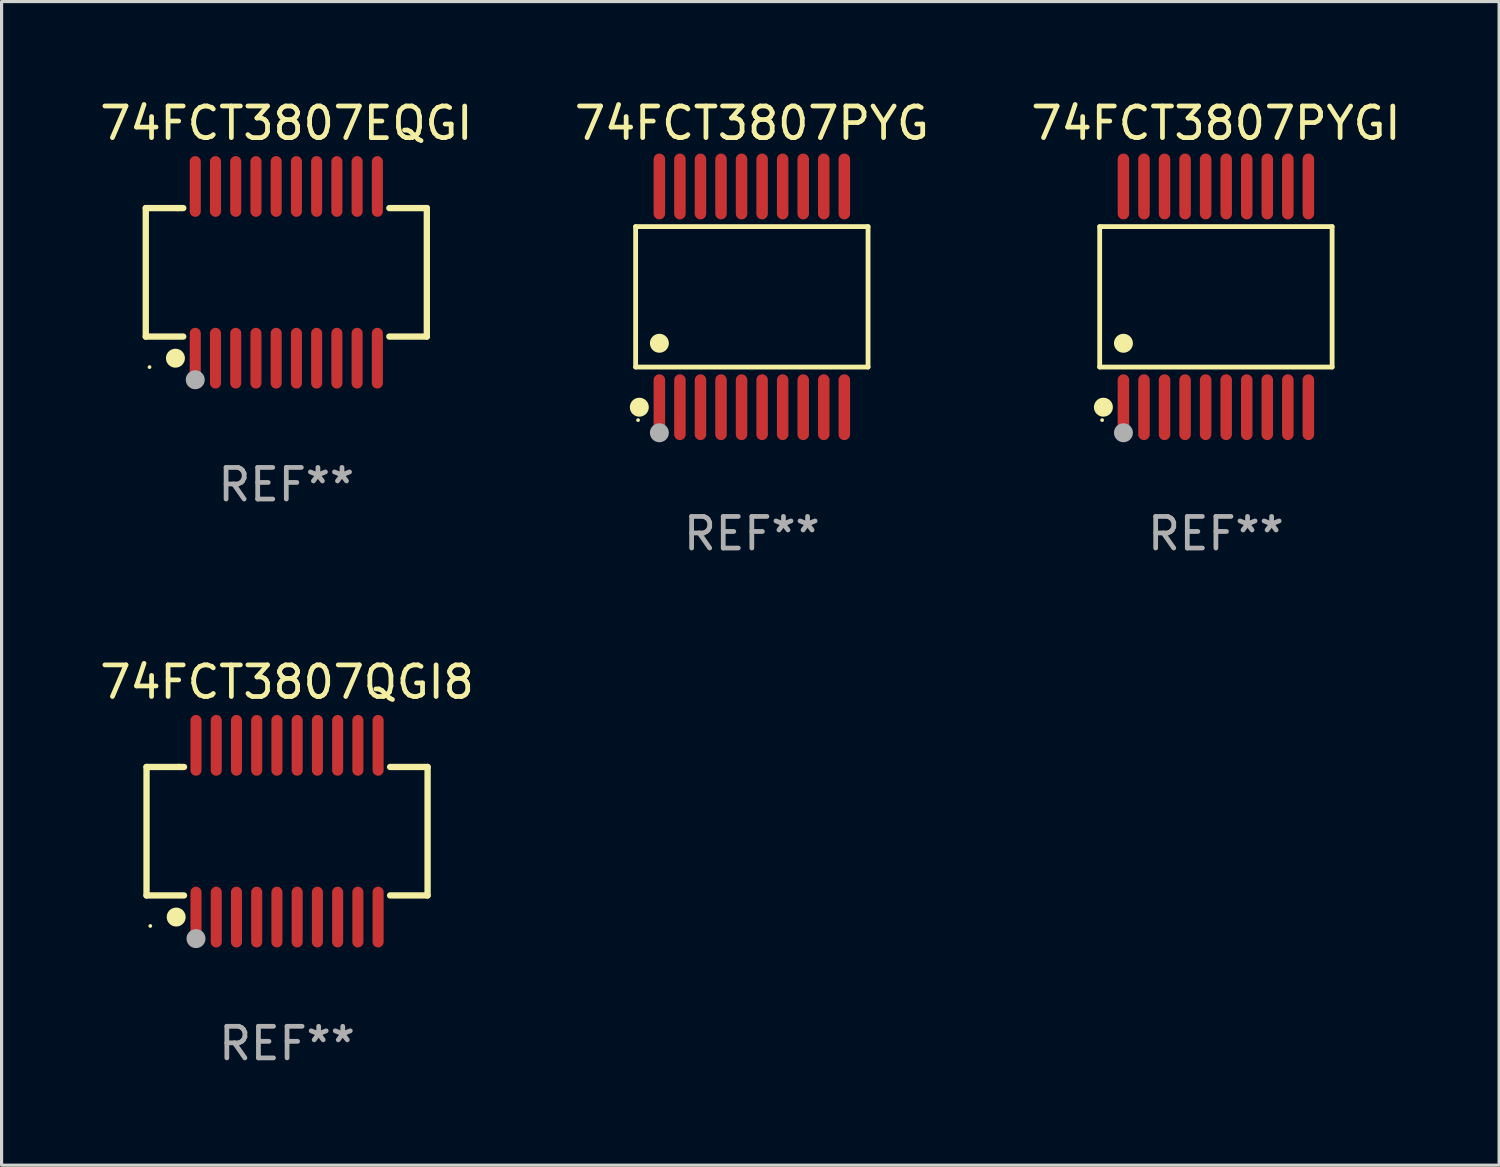
<source format=kicad_pcb>
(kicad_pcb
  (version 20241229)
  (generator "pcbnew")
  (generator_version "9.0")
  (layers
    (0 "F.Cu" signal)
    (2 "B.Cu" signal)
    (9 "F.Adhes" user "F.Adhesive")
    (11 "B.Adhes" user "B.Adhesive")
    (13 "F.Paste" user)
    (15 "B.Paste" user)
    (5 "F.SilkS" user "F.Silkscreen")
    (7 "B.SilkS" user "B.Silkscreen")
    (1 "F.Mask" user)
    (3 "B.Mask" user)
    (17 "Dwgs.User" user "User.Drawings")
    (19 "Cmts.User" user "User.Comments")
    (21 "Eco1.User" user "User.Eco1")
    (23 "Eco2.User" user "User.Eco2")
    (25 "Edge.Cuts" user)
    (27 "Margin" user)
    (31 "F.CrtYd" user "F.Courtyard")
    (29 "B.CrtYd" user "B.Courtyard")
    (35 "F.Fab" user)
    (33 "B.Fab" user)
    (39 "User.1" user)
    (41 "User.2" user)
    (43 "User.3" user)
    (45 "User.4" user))
  (footprint "74FCT3807QGI8"
    (layer "F.Cu")
    (at 6.03 23.242)
    (property "Reference" "74FCT3807QGI8" (at 0 -4.716 0) (layer "F.SilkS") (effects (font (size 1 1) (thickness 0.15))))
    (attr through_hole)
    (fp_line (start -4.445 -2.032) (end -4.445 2.032) (stroke (width 0.2) (type solid)) (layer "F.SilkS"))
    (fp_line (start -4.445 2.032) (end -3.259 2.032) (stroke (width 0.2) (type solid)) (layer "F.SilkS"))
    (fp_line (start -3.429 -2.032) (end -4.445 -2.032) (stroke (width 0.2) (type solid)) (layer "F.SilkS"))
    (fp_line (start -3.259 -2.032) (end -3.429 -2.032) (stroke (width 0.2) (type solid)) (layer "F.SilkS"))
    (fp_line (start 3.259 2.032) (end 4.445 2.032) (stroke (width 0.2) (type solid)) (layer "F.SilkS"))
    (fp_line (start 4.445 -2.032) (end 3.259 -2.032) (stroke (width 0.2) (type solid)) (layer "F.SilkS"))
    (fp_line (start 4.445 2.032) (end 4.445 -2.032) (stroke (width 0.2) (type solid)) (layer "F.SilkS"))
    (fp_circle (center -4.327 2.997) (end -4.297 2.997) (stroke (width 0.06) (type solid)) (fill no) (layer "F.SilkS"))
    (fp_circle (center -3.507 2.716) (end -3.357 2.716) (stroke (width 0.3) (type solid)) (fill no) (layer "F.SilkS"))
    (fp_circle (center -2.88 3.398) (end -2.73 3.398) (stroke (width 0.3) (type solid)) (fill no) (layer "F.Fab"))
    (fp_text user "REF**" (at 0 6.716 0) (layer "F.Fab") (effects (font (size 1 1) (thickness 0.15))))
    (pad "1" smd oval (at -2.88 2.716) (size 0.35 1.922) (layers "F.Cu" "F.Mask" "F.Paste"))
    (pad "2" smd oval (at -2.24 2.716) (size 0.35 1.922) (layers "F.Cu" "F.Mask" "F.Paste"))
    (pad "3" smd oval (at -1.6 2.716) (size 0.35 1.922) (layers "F.Cu" "F.Mask" "F.Paste"))
    (pad "4" smd oval (at -0.96 2.716) (size 0.35 1.922) (layers "F.Cu" "F.Mask" "F.Paste"))
    (pad "5" smd oval (at -0.32 2.716) (size 0.35 1.922) (layers "F.Cu" "F.Mask" "F.Paste"))
    (pad "6" smd oval (at 0.32 2.716) (size 0.35 1.922) (layers "F.Cu" "F.Mask" "F.Paste"))
    (pad "7" smd oval (at 0.96 2.716) (size 0.35 1.922) (layers "F.Cu" "F.Mask" "F.Paste"))
    (pad "8" smd oval (at 1.6 2.716) (size 0.35 1.922) (layers "F.Cu" "F.Mask" "F.Paste"))
    (pad "9" smd oval (at 2.24 2.716) (size 0.35 1.922) (layers "F.Cu" "F.Mask" "F.Paste"))
    (pad "10" smd oval (at 2.88 2.716) (size 0.35 1.922) (layers "F.Cu" "F.Mask" "F.Paste"))
    (pad "11" smd oval (at 2.88 -2.716) (size 0.35 1.922) (layers "F.Cu" "F.Mask" "F.Paste"))
    (pad "12" smd oval (at 2.24 -2.716) (size 0.35 1.922) (layers "F.Cu" "F.Mask" "F.Paste"))
    (pad "13" smd oval (at 1.6 -2.716) (size 0.35 1.922) (layers "F.Cu" "F.Mask" "F.Paste"))
    (pad "14" smd oval (at 0.96 -2.716) (size 0.35 1.922) (layers "F.Cu" "F.Mask" "F.Paste"))
    (pad "15" smd oval (at 0.32 -2.716) (size 0.35 1.922) (layers "F.Cu" "F.Mask" "F.Paste"))
    (pad "16" smd oval (at -0.32 -2.716) (size 0.35 1.922) (layers "F.Cu" "F.Mask" "F.Paste"))
    (pad "17" smd oval (at -0.96 -2.716) (size 0.35 1.922) (layers "F.Cu" "F.Mask" "F.Paste"))
    (pad "18" smd oval (at -1.6 -2.716) (size 0.35 1.922) (layers "F.Cu" "F.Mask" "F.Paste"))
    (pad "19" smd oval (at -2.24 -2.716) (size 0.35 1.922) (layers "F.Cu" "F.Mask" "F.Paste"))
    (pad "20" smd oval (at -2.88 -2.716) (size 0.35 1.922) (layers "F.Cu" "F.Mask" "F.Paste")))
  (footprint "74FCT3807EQGI"
    (layer "F.Cu")
    (at 6.006 5.564)
    (property "Reference" "74FCT3807EQGI" (at 0 -4.716 0) (layer "F.SilkS") (effects (font (size 1 1) (thickness 0.15))))
    (attr through_hole)
    (fp_line (start -4.445 -2.032) (end -4.445 2.032) (stroke (width 0.2) (type solid)) (layer "F.SilkS"))
    (fp_line (start -4.445 2.032) (end -3.259 2.032) (stroke (width 0.2) (type solid)) (layer "F.SilkS"))
    (fp_line (start -3.429 -2.032) (end -4.445 -2.032) (stroke (width 0.2) (type solid)) (layer "F.SilkS"))
    (fp_line (start -3.259 -2.032) (end -3.429 -2.032) (stroke (width 0.2) (type solid)) (layer "F.SilkS"))
    (fp_line (start 3.259 2.032) (end 4.445 2.032) (stroke (width 0.2) (type solid)) (layer "F.SilkS"))
    (fp_line (start 4.445 -2.032) (end 3.259 -2.032) (stroke (width 0.2) (type solid)) (layer "F.SilkS"))
    (fp_line (start 4.445 2.032) (end 4.445 -2.032) (stroke (width 0.2) (type solid)) (layer "F.SilkS"))
    (fp_circle (center -4.327 2.997) (end -4.297 2.997) (stroke (width 0.06) (type solid)) (fill no) (layer "F.SilkS"))
    (fp_circle (center -3.507 2.716) (end -3.357 2.716) (stroke (width 0.3) (type solid)) (fill no) (layer "F.SilkS"))
    (fp_circle (center -2.88 3.398) (end -2.73 3.398) (stroke (width 0.3) (type solid)) (fill no) (layer "F.Fab"))
    (fp_text user "REF**" (at 0 6.716 0) (layer "F.Fab") (effects (font (size 1 1) (thickness 0.15))))
    (pad "1" smd oval (at -2.88 2.716) (size 0.35 1.922) (layers "F.Cu" "F.Mask" "F.Paste"))
    (pad "2" smd oval (at -2.24 2.716) (size 0.35 1.922) (layers "F.Cu" "F.Mask" "F.Paste"))
    (pad "3" smd oval (at -1.6 2.716) (size 0.35 1.922) (layers "F.Cu" "F.Mask" "F.Paste"))
    (pad "4" smd oval (at -0.96 2.716) (size 0.35 1.922) (layers "F.Cu" "F.Mask" "F.Paste"))
    (pad "5" smd oval (at -0.32 2.716) (size 0.35 1.922) (layers "F.Cu" "F.Mask" "F.Paste"))
    (pad "6" smd oval (at 0.32 2.716) (size 0.35 1.922) (layers "F.Cu" "F.Mask" "F.Paste"))
    (pad "7" smd oval (at 0.96 2.716) (size 0.35 1.922) (layers "F.Cu" "F.Mask" "F.Paste"))
    (pad "8" smd oval (at 1.6 2.716) (size 0.35 1.922) (layers "F.Cu" "F.Mask" "F.Paste"))
    (pad "9" smd oval (at 2.24 2.716) (size 0.35 1.922) (layers "F.Cu" "F.Mask" "F.Paste"))
    (pad "10" smd oval (at 2.88 2.716) (size 0.35 1.922) (layers "F.Cu" "F.Mask" "F.Paste"))
    (pad "11" smd oval (at 2.88 -2.716) (size 0.35 1.922) (layers "F.Cu" "F.Mask" "F.Paste"))
    (pad "12" smd oval (at 2.24 -2.716) (size 0.35 1.922) (layers "F.Cu" "F.Mask" "F.Paste"))
    (pad "13" smd oval (at 1.6 -2.716) (size 0.35 1.922) (layers "F.Cu" "F.Mask" "F.Paste"))
    (pad "14" smd oval (at 0.96 -2.716) (size 0.35 1.922) (layers "F.Cu" "F.Mask" "F.Paste"))
    (pad "15" smd oval (at 0.32 -2.716) (size 0.35 1.922) (layers "F.Cu" "F.Mask" "F.Paste"))
    (pad "16" smd oval (at -0.32 -2.716) (size 0.35 1.922) (layers "F.Cu" "F.Mask" "F.Paste"))
    (pad "17" smd oval (at -0.96 -2.716) (size 0.35 1.922) (layers "F.Cu" "F.Mask" "F.Paste"))
    (pad "18" smd oval (at -1.6 -2.716) (size 0.35 1.922) (layers "F.Cu" "F.Mask" "F.Paste"))
    (pad "19" smd oval (at -2.24 -2.716) (size 0.35 1.922) (layers "F.Cu" "F.Mask" "F.Paste"))
    (pad "20" smd oval (at -2.88 -2.716) (size 0.35 1.922) (layers "F.Cu" "F.Mask" "F.Paste")))
  (footprint "74FCT3807PYGI"
    (layer "F.Cu")
    (at 35.411 6.339)
    (property "Reference" "74FCT3807PYGI" (at 0 -5.491 0) (layer "F.SilkS") (effects (font (size 1 1) (thickness 0.15))))
    (attr through_hole)
    (fp_line (start -3.676 -2.221) (end 3.676 -2.221) (stroke (width 0.152) (type solid)) (layer "F.SilkS"))
    (fp_line (start -3.676 2.221) (end -3.676 -2.221) (stroke (width 0.152) (type solid)) (layer "F.SilkS"))
    (fp_line (start 3.676 -2.221) (end 3.676 2.221) (stroke (width 0.152) (type solid)) (layer "F.SilkS"))
    (fp_line (start 3.676 2.221) (end -3.676 2.221) (stroke (width 0.152) (type solid)) (layer "F.SilkS"))
    (fp_circle (center -3.6 3.9) (end -3.57 3.9) (stroke (width 0.06) (type solid)) (fill no) (layer "F.SilkS"))
    (fp_circle (center -3.559 3.491) (end -3.409 3.491) (stroke (width 0.3) (type solid)) (fill no) (layer "F.SilkS"))
    (fp_circle (center -2.925 1.469) (end -2.775 1.469) (stroke (width 0.3) (type solid)) (fill no) (layer "F.SilkS"))
    (fp_circle (center -2.925 4.3) (end -2.775 4.3) (stroke (width 0.3) (type solid)) (fill no) (layer "F.Fab"))
    (fp_text user "REF**" (at 0 7.491 0) (layer "F.Fab") (effects (font (size 1 1) (thickness 0.15))))
    (pad "1" smd oval (at -2.925 3.491) (size 0.364 2.082) (layers "F.Cu" "F.Mask" "F.Paste"))
    (pad "2" smd oval (at -2.275 3.491) (size 0.364 2.082) (layers "F.Cu" "F.Mask" "F.Paste"))
    (pad "3" smd oval (at -1.625 3.491) (size 0.364 2.082) (layers "F.Cu" "F.Mask" "F.Paste"))
    (pad "4" smd oval (at -0.975 3.491) (size 0.364 2.082) (layers "F.Cu" "F.Mask" "F.Paste"))
    (pad "5" smd oval (at -0.325 3.491) (size 0.364 2.082) (layers "F.Cu" "F.Mask" "F.Paste"))
    (pad "6" smd oval (at 0.325 3.491) (size 0.364 2.082) (layers "F.Cu" "F.Mask" "F.Paste"))
    (pad "7" smd oval (at 0.975 3.491) (size 0.364 2.082) (layers "F.Cu" "F.Mask" "F.Paste"))
    (pad "8" smd oval (at 1.625 3.491) (size 0.364 2.082) (layers "F.Cu" "F.Mask" "F.Paste"))
    (pad "9" smd oval (at 2.275 3.491) (size 0.364 2.082) (layers "F.Cu" "F.Mask" "F.Paste"))
    (pad "10" smd oval (at 2.925 3.491) (size 0.364 2.082) (layers "F.Cu" "F.Mask" "F.Paste"))
    (pad "11" smd oval (at 2.925 -3.491) (size 0.364 2.082) (layers "F.Cu" "F.Mask" "F.Paste"))
    (pad "12" smd oval (at 2.275 -3.491) (size 0.364 2.082) (layers "F.Cu" "F.Mask" "F.Paste"))
    (pad "13" smd oval (at 1.625 -3.491) (size 0.364 2.082) (layers "F.Cu" "F.Mask" "F.Paste"))
    (pad "14" smd oval (at 0.975 -3.491) (size 0.364 2.082) (layers "F.Cu" "F.Mask" "F.Paste"))
    (pad "15" smd oval (at 0.325 -3.491) (size 0.364 2.082) (layers "F.Cu" "F.Mask" "F.Paste"))
    (pad "16" smd oval (at -0.325 -3.491) (size 0.364 2.082) (layers "F.Cu" "F.Mask" "F.Paste"))
    (pad "17" smd oval (at -0.975 -3.491) (size 0.364 2.082) (layers "F.Cu" "F.Mask" "F.Paste"))
    (pad "18" smd oval (at -1.625 -3.491) (size 0.364 2.082) (layers "F.Cu" "F.Mask" "F.Paste"))
    (pad "19" smd oval (at -2.275 -3.491) (size 0.364 2.082) (layers "F.Cu" "F.Mask" "F.Paste"))
    (pad "20" smd oval (at -2.925 -3.491) (size 0.364 2.082) (layers "F.Cu" "F.Mask" "F.Paste")))
  (footprint "74FCT3807PYG"
    (layer "F.Cu")
    (at 20.732 6.339)
    (property "Reference" "74FCT3807PYG" (at 0 -5.491 0) (layer "F.SilkS") (effects (font (size 1 1) (thickness 0.15))))
    (attr through_hole)
    (fp_line (start -3.676 -2.221) (end 3.676 -2.221) (stroke (width 0.152) (type solid)) (layer "F.SilkS"))
    (fp_line (start -3.676 2.221) (end -3.676 -2.221) (stroke (width 0.152) (type solid)) (layer "F.SilkS"))
    (fp_line (start 3.676 -2.221) (end 3.676 2.221) (stroke (width 0.152) (type solid)) (layer "F.SilkS"))
    (fp_line (start 3.676 2.221) (end -3.676 2.221) (stroke (width 0.152) (type solid)) (layer "F.SilkS"))
    (fp_circle (center -3.6 3.9) (end -3.57 3.9) (stroke (width 0.06) (type solid)) (fill no) (layer "F.SilkS"))
    (fp_circle (center -3.559 3.491) (end -3.409 3.491) (stroke (width 0.3) (type solid)) (fill no) (layer "F.SilkS"))
    (fp_circle (center -2.925 1.469) (end -2.775 1.469) (stroke (width 0.3) (type solid)) (fill no) (layer "F.SilkS"))
    (fp_circle (center -2.925 4.3) (end -2.775 4.3) (stroke (width 0.3) (type solid)) (fill no) (layer "F.Fab"))
    (fp_text user "REF**" (at 0 7.491 0) (layer "F.Fab") (effects (font (size 1 1) (thickness 0.15))))
    (pad "1" smd oval (at -2.925 3.491) (size 0.364 2.082) (layers "F.Cu" "F.Mask" "F.Paste"))
    (pad "2" smd oval (at -2.275 3.491) (size 0.364 2.082) (layers "F.Cu" "F.Mask" "F.Paste"))
    (pad "3" smd oval (at -1.625 3.491) (size 0.364 2.082) (layers "F.Cu" "F.Mask" "F.Paste"))
    (pad "4" smd oval (at -0.975 3.491) (size 0.364 2.082) (layers "F.Cu" "F.Mask" "F.Paste"))
    (pad "5" smd oval (at -0.325 3.491) (size 0.364 2.082) (layers "F.Cu" "F.Mask" "F.Paste"))
    (pad "6" smd oval (at 0.325 3.491) (size 0.364 2.082) (layers "F.Cu" "F.Mask" "F.Paste"))
    (pad "7" smd oval (at 0.975 3.491) (size 0.364 2.082) (layers "F.Cu" "F.Mask" "F.Paste"))
    (pad "8" smd oval (at 1.625 3.491) (size 0.364 2.082) (layers "F.Cu" "F.Mask" "F.Paste"))
    (pad "9" smd oval (at 2.275 3.491) (size 0.364 2.082) (layers "F.Cu" "F.Mask" "F.Paste"))
    (pad "10" smd oval (at 2.925 3.491) (size 0.364 2.082) (layers "F.Cu" "F.Mask" "F.Paste"))
    (pad "11" smd oval (at 2.925 -3.491) (size 0.364 2.082) (layers "F.Cu" "F.Mask" "F.Paste"))
    (pad "12" smd oval (at 2.275 -3.491) (size 0.364 2.082) (layers "F.Cu" "F.Mask" "F.Paste"))
    (pad "13" smd oval (at 1.625 -3.491) (size 0.364 2.082) (layers "F.Cu" "F.Mask" "F.Paste"))
    (pad "14" smd oval (at 0.975 -3.491) (size 0.364 2.082) (layers "F.Cu" "F.Mask" "F.Paste"))
    (pad "15" smd oval (at 0.325 -3.491) (size 0.364 2.082) (layers "F.Cu" "F.Mask" "F.Paste"))
    (pad "16" smd oval (at -0.325 -3.491) (size 0.364 2.082) (layers "F.Cu" "F.Mask" "F.Paste"))
    (pad "17" smd oval (at -0.975 -3.491) (size 0.364 2.082) (layers "F.Cu" "F.Mask" "F.Paste"))
    (pad "18" smd oval (at -1.625 -3.491) (size 0.364 2.082) (layers "F.Cu" "F.Mask" "F.Paste"))
    (pad "19" smd oval (at -2.275 -3.491) (size 0.364 2.082) (layers "F.Cu" "F.Mask" "F.Paste"))
    (pad "20" smd oval (at -2.925 -3.491) (size 0.364 2.082) (layers "F.Cu" "F.Mask" "F.Paste")))
  (gr_rect
    (start -3 -3)
    (end 44.369 33.807)
    (stroke (width 0.1) (type default))
    (fill no)
    (layer "Edge.Cuts")))
</source>
